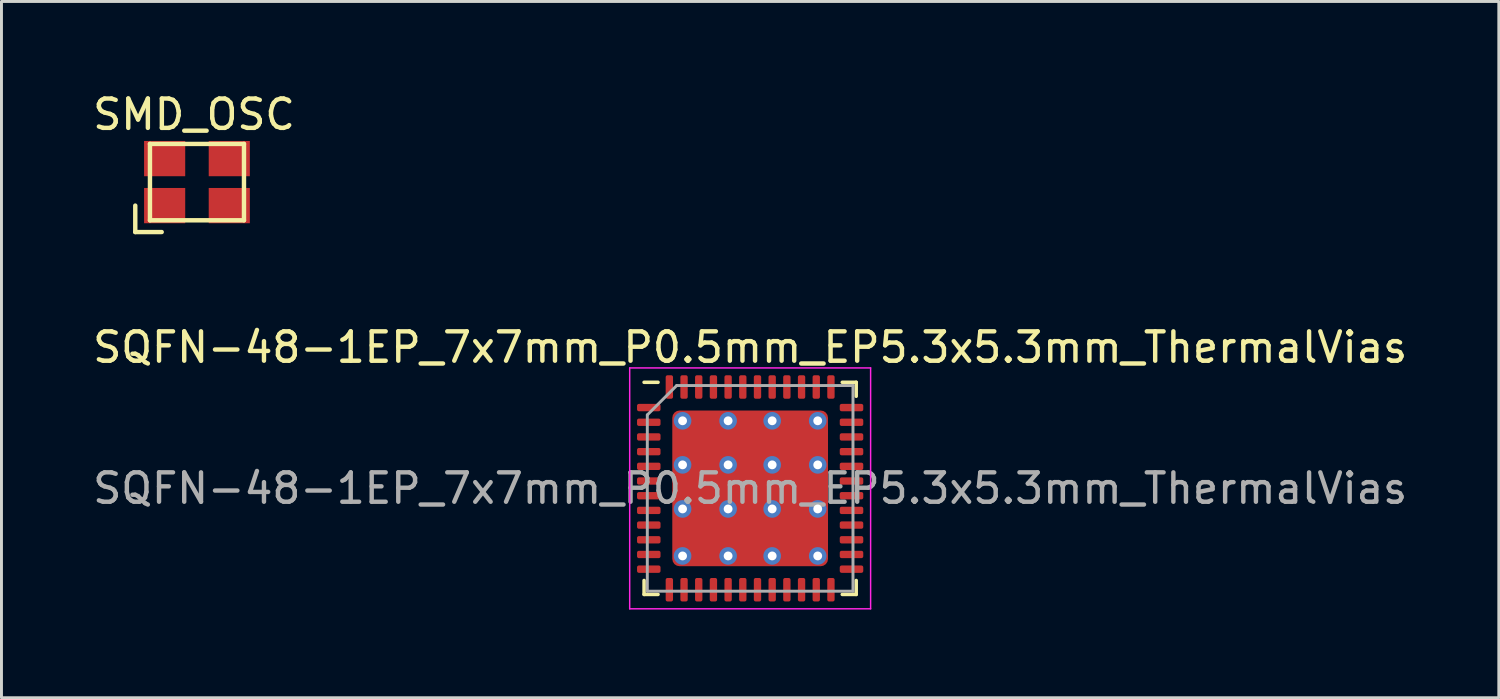
<source format=kicad_pcb>
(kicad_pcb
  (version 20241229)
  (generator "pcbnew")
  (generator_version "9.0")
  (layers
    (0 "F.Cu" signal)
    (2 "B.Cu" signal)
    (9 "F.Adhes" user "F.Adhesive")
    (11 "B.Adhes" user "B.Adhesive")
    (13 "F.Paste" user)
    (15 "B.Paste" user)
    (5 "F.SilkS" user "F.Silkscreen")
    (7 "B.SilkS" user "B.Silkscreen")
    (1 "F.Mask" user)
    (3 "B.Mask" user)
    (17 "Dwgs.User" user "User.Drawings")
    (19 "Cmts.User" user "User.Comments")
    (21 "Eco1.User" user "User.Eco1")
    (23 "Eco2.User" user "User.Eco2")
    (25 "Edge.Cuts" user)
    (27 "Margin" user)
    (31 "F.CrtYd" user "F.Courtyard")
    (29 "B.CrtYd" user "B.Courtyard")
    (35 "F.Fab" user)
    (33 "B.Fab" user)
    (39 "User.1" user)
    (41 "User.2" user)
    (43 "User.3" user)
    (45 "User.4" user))
  (footprint "SMD_OSC"
    (layer "F.Cu")
    (at 3.654 3.148)
    (property "Reference" "SMD_OSC" (at -0.1 -2.3 0) (layer "F.SilkS") (effects (font (size 1 1) (thickness 0.15))))
    (attr through_hole)
    (fp_line (start -2.1 0.8) (end -2.1 1.7) (stroke (width 0.15) (type solid)) (layer "F.SilkS"))
    (fp_line (start -2.1 1.7) (end -1.2 1.7) (stroke (width 0.15) (type solid)) (layer "F.SilkS"))
    (fp_line (start -1.6 -1.3) (end 1.6 -1.3) (stroke (width 0.15) (type solid)) (layer "F.SilkS"))
    (fp_line (start -1.6 1.3) (end -1.6 -1.3) (stroke (width 0.15) (type solid)) (layer "F.SilkS"))
    (fp_line (start 1.6 -1.3) (end 1.6 1.3) (stroke (width 0.15) (type solid)) (layer "F.SilkS"))
    (fp_line (start 1.6 1.3) (end -1.6 1.3) (stroke (width 0.15) (type solid)) (layer "F.SilkS"))
    (pad "1" smd rect (at -1.1 0.8) (size 1.4 1.2) (layers "F.Cu" "F.Mask" "F.Paste"))
    (pad "2" smd rect (at 1.1 0.8) (size 1.4 1.2) (layers "F.Cu" "F.Mask" "F.Paste"))
    (pad "3" smd rect (at 1.1 -0.8) (size 1.4 1.2) (layers "F.Cu" "F.Mask" "F.Paste"))
    (pad "4" smd rect (at -1.1 -0.8) (size 1.4 1.2) (layers "F.Cu" "F.Mask" "F.Paste")))
  (footprint "SQFN-48-1EP_7x7mm_P0.5mm_EP5.3x5.3mm_ThermalVias"
    (layer "F.Cu")
    (at 22.482 13.572)
    (property "Reference" "SQFN-48-1EP_7x7mm_P0.5mm_EP5.3x5.3mm_ThermalVias" (at 0 -4.8 0) (layer "F.SilkS") (effects (font (size 1 1) (thickness 0.15))))
    (attr smd)
    (fp_line (start -3.61 3.61) (end -3.61 3.135) (stroke (width 0.12) (type solid)) (layer "F.SilkS"))
    (fp_line (start -3.135 -3.61) (end -3.61 -3.61) (stroke (width 0.12) (type solid)) (layer "F.SilkS"))
    (fp_line (start -3.135 3.61) (end -3.61 3.61) (stroke (width 0.12) (type solid)) (layer "F.SilkS"))
    (fp_line (start 3.135 -3.61) (end 3.61 -3.61) (stroke (width 0.12) (type solid)) (layer "F.SilkS"))
    (fp_line (start 3.135 3.61) (end 3.61 3.61) (stroke (width 0.12) (type solid)) (layer "F.SilkS"))
    (fp_line (start 3.61 -3.61) (end 3.61 -3.135) (stroke (width 0.12) (type solid)) (layer "F.SilkS"))
    (fp_line (start 3.61 3.61) (end 3.61 3.135) (stroke (width 0.12) (type solid)) (layer "F.SilkS"))
    (fp_line (start -4.1 -4.1) (end -4.1 4.1) (stroke (width 0.05) (type solid)) (layer "F.CrtYd"))
    (fp_line (start -4.1 4.1) (end 4.1 4.1) (stroke (width 0.05) (type solid)) (layer "F.CrtYd"))
    (fp_line (start 4.1 -4.1) (end -4.1 -4.1) (stroke (width 0.05) (type solid)) (layer "F.CrtYd"))
    (fp_line (start 4.1 4.1) (end 4.1 -4.1) (stroke (width 0.05) (type solid)) (layer "F.CrtYd"))
    (fp_line (start -3.5 -2.5) (end -2.5 -3.5) (stroke (width 0.1) (type solid)) (layer "F.Fab"))
    (fp_line (start -3.5 3.5) (end -3.5 -2.5) (stroke (width 0.1) (type solid)) (layer "F.Fab"))
    (fp_line (start -2.5 -3.5) (end 3.5 -3.5) (stroke (width 0.1) (type solid)) (layer "F.Fab"))
    (fp_line (start 3.5 -3.5) (end 3.5 3.5) (stroke (width 0.1) (type solid)) (layer "F.Fab"))
    (fp_line (start 3.5 3.5) (end -3.5 3.5) (stroke (width 0.1) (type solid)) (layer "F.Fab"))
    (fp_text user "${REFERENCE}" (at 0 0 0) (layer "F.Fab") (effects (font (size 1 1) (thickness 0.15))))
    (pad "" smd roundrect (at -1.8 -1.8) (size 1.026 1.026) (layers "F.Paste") (roundrect_rratio 0.244))
    (pad "" smd roundrect (at -1.8 -0.6) (size 1.026 1.026) (layers "F.Paste") (roundrect_rratio 0.244))
    (pad "" smd roundrect (at -1.8 0.6) (size 1.026 1.026) (layers "F.Paste") (roundrect_rratio 0.244))
    (pad "" smd roundrect (at -1.8 1.8) (size 1.026 1.026) (layers "F.Paste") (roundrect_rratio 0.244))
    (pad "" smd roundrect (at -0.6 -1.8) (size 1.026 1.026) (layers "F.Paste") (roundrect_rratio 0.244))
    (pad "" smd roundrect (at -0.6 -0.6) (size 1.026 1.026) (layers "F.Paste") (roundrect_rratio 0.244))
    (pad "" smd roundrect (at -0.6 0.6) (size 1.026 1.026) (layers "F.Paste") (roundrect_rratio 0.244))
    (pad "" smd roundrect (at -0.6 1.8) (size 1.026 1.026) (layers "F.Paste") (roundrect_rratio 0.244))
    (pad "" smd roundrect (at 0.6 -1.8) (size 1.026 1.026) (layers "F.Paste") (roundrect_rratio 0.244))
    (pad "" smd roundrect (at 0.6 -0.6) (size 1.026 1.026) (layers "F.Paste") (roundrect_rratio 0.244))
    (pad "" smd roundrect (at 0.6 0.6) (size 1.026 1.026) (layers "F.Paste") (roundrect_rratio 0.244))
    (pad "" smd roundrect (at 0.6 1.8) (size 1.026 1.026) (layers "F.Paste") (roundrect_rratio 0.244))
    (pad "" smd roundrect (at 1.8 -1.8) (size 1.026 1.026) (layers "F.Paste") (roundrect_rratio 0.244))
    (pad "" smd roundrect (at 1.8 -0.6) (size 1.026 1.026) (layers "F.Paste") (roundrect_rratio 0.244))
    (pad "" smd roundrect (at 1.8 0.6) (size 1.026 1.026) (layers "F.Paste") (roundrect_rratio 0.244))
    (pad "" smd roundrect (at 1.8 1.8) (size 1.026 1.026) (layers "F.Paste") (roundrect_rratio 0.244))
    (pad "1" smd roundrect (at -3.45 -2.75) (size 0.8 0.25) (layers "F.Cu" "F.Mask" "F.Paste") (roundrect_rratio 0.25))
    (pad "2" smd roundrect (at -3.45 -2.25) (size 0.8 0.25) (layers "F.Cu" "F.Mask" "F.Paste") (roundrect_rratio 0.25))
    (pad "3" smd roundrect (at -3.45 -1.75) (size 0.8 0.25) (layers "F.Cu" "F.Mask" "F.Paste") (roundrect_rratio 0.25))
    (pad "4" smd roundrect (at -3.45 -1.25) (size 0.8 0.25) (layers "F.Cu" "F.Mask" "F.Paste") (roundrect_rratio 0.25))
    (pad "5" smd roundrect (at -3.45 -0.75) (size 0.8 0.25) (layers "F.Cu" "F.Mask" "F.Paste") (roundrect_rratio 0.25))
    (pad "6" smd roundrect (at -3.45 -0.25) (size 0.8 0.25) (layers "F.Cu" "F.Mask" "F.Paste") (roundrect_rratio 0.25))
    (pad "7" smd roundrect (at -3.45 0.25) (size 0.8 0.25) (layers "F.Cu" "F.Mask" "F.Paste") (roundrect_rratio 0.25))
    (pad "8" smd roundrect (at -3.45 0.75) (size 0.8 0.25) (layers "F.Cu" "F.Mask" "F.Paste") (roundrect_rratio 0.25))
    (pad "9" smd roundrect (at -3.45 1.25) (size 0.8 0.25) (layers "F.Cu" "F.Mask" "F.Paste") (roundrect_rratio 0.25))
    (pad "10" smd roundrect (at -3.45 1.75) (size 0.8 0.25) (layers "F.Cu" "F.Mask" "F.Paste") (roundrect_rratio 0.25))
    (pad "11" smd roundrect (at -3.45 2.25) (size 0.8 0.25) (layers "F.Cu" "F.Mask" "F.Paste") (roundrect_rratio 0.25))
    (pad "12" smd roundrect (at -3.45 2.75) (size 0.8 0.25) (layers "F.Cu" "F.Mask" "F.Paste") (roundrect_rratio 0.25))
    (pad "13" smd roundrect (at -2.75 3.45) (size 0.25 0.8) (layers "F.Cu" "F.Mask" "F.Paste") (roundrect_rratio 0.25))
    (pad "14" smd roundrect (at -2.25 3.45) (size 0.25 0.8) (layers "F.Cu" "F.Mask" "F.Paste") (roundrect_rratio 0.25))
    (pad "15" smd roundrect (at -1.75 3.45) (size 0.25 0.8) (layers "F.Cu" "F.Mask" "F.Paste") (roundrect_rratio 0.25))
    (pad "16" smd roundrect (at -1.25 3.45) (size 0.25 0.8) (layers "F.Cu" "F.Mask" "F.Paste") (roundrect_rratio 0.25))
    (pad "17" smd roundrect (at -0.75 3.45) (size 0.25 0.8) (layers "F.Cu" "F.Mask" "F.Paste") (roundrect_rratio 0.25))
    (pad "18" smd roundrect (at -0.25 3.45) (size 0.25 0.8) (layers "F.Cu" "F.Mask" "F.Paste") (roundrect_rratio 0.25))
    (pad "19" smd roundrect (at 0.25 3.45) (size 0.25 0.8) (layers "F.Cu" "F.Mask" "F.Paste") (roundrect_rratio 0.25))
    (pad "20" smd roundrect (at 0.75 3.45) (size 0.25 0.8) (layers "F.Cu" "F.Mask" "F.Paste") (roundrect_rratio 0.25))
    (pad "21" smd roundrect (at 1.25 3.45) (size 0.25 0.8) (layers "F.Cu" "F.Mask" "F.Paste") (roundrect_rratio 0.25))
    (pad "22" smd roundrect (at 1.75 3.45) (size 0.25 0.8) (layers "F.Cu" "F.Mask" "F.Paste") (roundrect_rratio 0.25))
    (pad "23" smd roundrect (at 2.25 3.45) (size 0.25 0.8) (layers "F.Cu" "F.Mask" "F.Paste") (roundrect_rratio 0.25))
    (pad "24" smd roundrect (at 2.75 3.45) (size 0.25 0.8) (layers "F.Cu" "F.Mask" "F.Paste") (roundrect_rratio 0.25))
    (pad "25" smd roundrect (at 3.45 2.75) (size 0.8 0.25) (layers "F.Cu" "F.Mask" "F.Paste") (roundrect_rratio 0.25))
    (pad "26" smd roundrect (at 3.45 2.25) (size 0.8 0.25) (layers "F.Cu" "F.Mask" "F.Paste") (roundrect_rratio 0.25))
    (pad "27" smd roundrect (at 3.45 1.75) (size 0.8 0.25) (layers "F.Cu" "F.Mask" "F.Paste") (roundrect_rratio 0.25))
    (pad "28" smd roundrect (at 3.45 1.25) (size 0.8 0.25) (layers "F.Cu" "F.Mask" "F.Paste") (roundrect_rratio 0.25))
    (pad "29" smd roundrect (at 3.45 0.75) (size 0.8 0.25) (layers "F.Cu" "F.Mask" "F.Paste") (roundrect_rratio 0.25))
    (pad "30" smd roundrect (at 3.45 0.25) (size 0.8 0.25) (layers "F.Cu" "F.Mask" "F.Paste") (roundrect_rratio 0.25))
    (pad "31" smd roundrect (at 3.45 -0.25) (size 0.8 0.25) (layers "F.Cu" "F.Mask" "F.Paste") (roundrect_rratio 0.25))
    (pad "32" smd roundrect (at 3.45 -0.75) (size 0.8 0.25) (layers "F.Cu" "F.Mask" "F.Paste") (roundrect_rratio 0.25))
    (pad "33" smd roundrect (at 3.45 -1.25) (size 0.8 0.25) (layers "F.Cu" "F.Mask" "F.Paste") (roundrect_rratio 0.25))
    (pad "34" smd roundrect (at 3.45 -1.75) (size 0.8 0.25) (layers "F.Cu" "F.Mask" "F.Paste") (roundrect_rratio 0.25))
    (pad "35" smd roundrect (at 3.45 -2.25) (size 0.8 0.25) (layers "F.Cu" "F.Mask" "F.Paste") (roundrect_rratio 0.25))
    (pad "36" smd roundrect (at 3.45 -2.75) (size 0.8 0.25) (layers "F.Cu" "F.Mask" "F.Paste") (roundrect_rratio 0.25))
    (pad "37" smd roundrect (at 2.75 -3.45) (size 0.25 0.8) (layers "F.Cu" "F.Mask" "F.Paste") (roundrect_rratio 0.25))
    (pad "38" smd roundrect (at 2.25 -3.45) (size 0.25 0.8) (layers "F.Cu" "F.Mask" "F.Paste") (roundrect_rratio 0.25))
    (pad "39" smd roundrect (at 1.75 -3.45) (size 0.25 0.8) (layers "F.Cu" "F.Mask" "F.Paste") (roundrect_rratio 0.25))
    (pad "40" smd roundrect (at 1.25 -3.45) (size 0.25 0.8) (layers "F.Cu" "F.Mask" "F.Paste") (roundrect_rratio 0.25))
    (pad "41" smd roundrect (at 0.75 -3.45) (size 0.25 0.8) (layers "F.Cu" "F.Mask" "F.Paste") (roundrect_rratio 0.25))
    (pad "42" smd roundrect (at 0.25 -3.45) (size 0.25 0.8) (layers "F.Cu" "F.Mask" "F.Paste") (roundrect_rratio 0.25))
    (pad "43" smd roundrect (at -0.25 -3.45) (size 0.25 0.8) (layers "F.Cu" "F.Mask" "F.Paste") (roundrect_rratio 0.25))
    (pad "44" smd roundrect (at -0.75 -3.45) (size 0.25 0.8) (layers "F.Cu" "F.Mask" "F.Paste") (roundrect_rratio 0.25))
    (pad "45" smd roundrect (at -1.25 -3.45) (size 0.25 0.8) (layers "F.Cu" "F.Mask" "F.Paste") (roundrect_rratio 0.25))
    (pad "46" smd roundrect (at -1.75 -3.45) (size 0.25 0.8) (layers "F.Cu" "F.Mask" "F.Paste") (roundrect_rratio 0.25))
    (pad "47" smd roundrect (at -2.25 -3.45) (size 0.25 0.8) (layers "F.Cu" "F.Mask" "F.Paste") (roundrect_rratio 0.25))
    (pad "48" smd roundrect (at -2.75 -3.45) (size 0.25 0.8) (layers "F.Cu" "F.Mask" "F.Paste") (roundrect_rratio 0.25))
    (pad "49" thru_hole circle (at -2.3 -2.3) (size 0.6 0.6) (drill 0.3) (layers "*.Cu"))
    (pad "49" thru_hole circle (at -2.3 -0.8) (size 0.6 0.6) (drill 0.3) (layers "*.Cu"))
    (pad "49" thru_hole circle (at -2.3 0.7) (size 0.6 0.6) (drill 0.3) (layers "*.Cu"))
    (pad "49" thru_hole circle (at -2.3 2.3) (size 0.6 0.6) (drill 0.3) (layers "*.Cu"))
    (pad "49" thru_hole circle (at -0.75 -2.3) (size 0.6 0.6) (drill 0.3) (layers "*.Cu"))
    (pad "49" thru_hole circle (at -0.75 -0.8) (size 0.6 0.6) (drill 0.3) (layers "*.Cu"))
    (pad "49" thru_hole circle (at -0.75 0.7) (size 0.6 0.6) (drill 0.3) (layers "*.Cu"))
    (pad "49" thru_hole circle (at -0.75 2.3) (size 0.6 0.6) (drill 0.3) (layers "*.Cu"))
    (pad "49" smd roundrect (at 0 0) (size 5.3 5.3) (layers "F.Cu" "F.Mask") (roundrect_rratio 0.047))
    (pad "49" thru_hole circle (at 0.75 -2.3) (size 0.6 0.6) (drill 0.3) (layers "*.Cu"))
    (pad "49" thru_hole circle (at 0.75 -0.8) (size 0.6 0.6) (drill 0.3) (layers "*.Cu"))
    (pad "49" thru_hole circle (at 0.75 0.7) (size 0.6 0.6) (drill 0.3) (layers "*.Cu"))
    (pad "49" thru_hole circle (at 0.75 2.3) (size 0.6 0.6) (drill 0.3) (layers "*.Cu"))
    (pad "49" thru_hole circle (at 2.3 -2.3) (size 0.6 0.6) (drill 0.3) (layers "*.Cu"))
    (pad "49" thru_hole circle (at 2.3 -0.8) (size 0.6 0.6) (drill 0.3) (layers "*.Cu"))
    (pad "49" thru_hole circle (at 2.3 0.7) (size 0.6 0.6) (drill 0.3) (layers "*.Cu"))
    (pad "49" thru_hole circle (at 2.3 2.3) (size 0.6 0.6) (drill 0.3) (layers "*.Cu")))
  (gr_rect
    (start -3 -3)
    (end 47.964 20.697)
    (stroke (width 0.1) (type default))
    (fill no)
    (layer "Edge.Cuts")))
</source>
